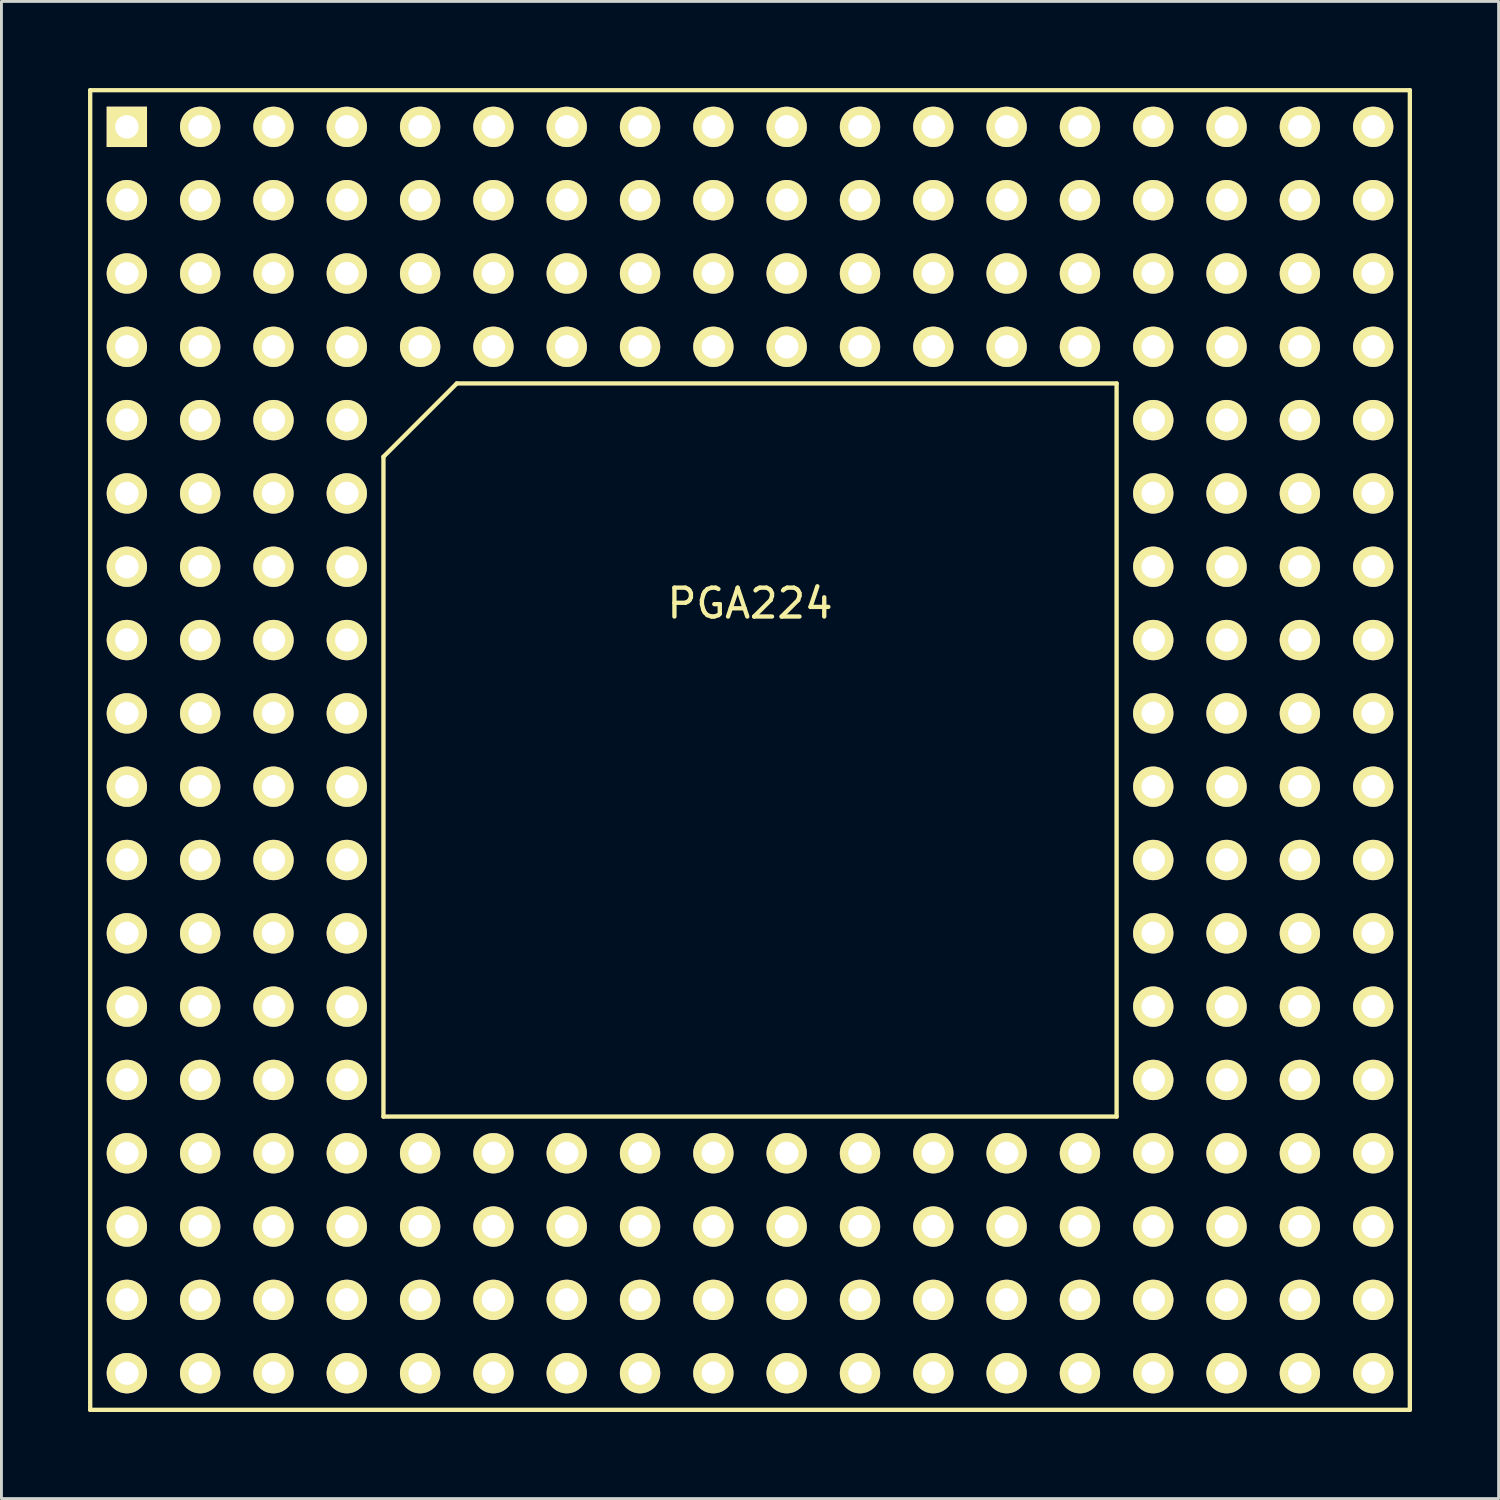
<source format=kicad_pcb>
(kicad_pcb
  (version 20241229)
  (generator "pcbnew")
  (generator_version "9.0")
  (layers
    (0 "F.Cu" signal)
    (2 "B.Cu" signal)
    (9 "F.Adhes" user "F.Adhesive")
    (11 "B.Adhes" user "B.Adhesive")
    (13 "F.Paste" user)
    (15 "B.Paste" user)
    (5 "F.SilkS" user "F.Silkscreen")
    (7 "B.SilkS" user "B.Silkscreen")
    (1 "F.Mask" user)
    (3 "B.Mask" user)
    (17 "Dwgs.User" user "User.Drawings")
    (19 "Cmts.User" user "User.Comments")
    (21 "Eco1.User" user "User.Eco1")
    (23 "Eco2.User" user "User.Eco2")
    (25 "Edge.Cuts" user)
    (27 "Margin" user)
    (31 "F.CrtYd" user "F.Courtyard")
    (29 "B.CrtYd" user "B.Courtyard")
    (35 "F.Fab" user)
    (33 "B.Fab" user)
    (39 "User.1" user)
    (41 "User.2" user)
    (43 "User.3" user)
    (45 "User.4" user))
  (footprint "PGA224"
    (layer "F.Cu")
    (at 22.935 22.935)
    (property "Reference" "PGA224" (at 0 -5.08 0) (layer "F.SilkS") (effects (font (size 1 1) (thickness 0.15))))
    (attr through_hole)
    (fp_line (start -22.86 -22.86) (end 22.86 -22.86) (stroke (width 0.15) (type solid)) (layer "F.SilkS"))
    (fp_line (start -22.86 22.86) (end -22.86 -22.86) (stroke (width 0.15) (type solid)) (layer "F.SilkS"))
    (fp_line (start -12.7 -10.16) (end -10.16 -12.7) (stroke (width 0.15) (type solid)) (layer "F.SilkS"))
    (fp_line (start -12.7 12.7) (end -12.7 -10.16) (stroke (width 0.15) (type solid)) (layer "F.SilkS"))
    (fp_line (start -10.16 -12.7) (end 12.7 -12.7) (stroke (width 0.15) (type solid)) (layer "F.SilkS"))
    (fp_line (start 12.7 -12.7) (end 12.7 12.7) (stroke (width 0.15) (type solid)) (layer "F.SilkS"))
    (fp_line (start 12.7 12.7) (end -12.7 12.7) (stroke (width 0.15) (type solid)) (layer "F.SilkS"))
    (fp_line (start 22.86 -22.86) (end 22.86 22.86) (stroke (width 0.15) (type solid)) (layer "F.SilkS"))
    (fp_line (start 22.86 22.86) (end -22.86 22.86) (stroke (width 0.15) (type solid)) (layer "F.SilkS"))
    (pad "A1" thru_hole rect (at -21.59 -21.59) (size 1.397 1.397) (drill 0.813) (layers "*.Cu" "*.Mask" "F.SilkS"))
    (pad "A2" thru_hole circle (at -19.05 -21.59) (size 1.397 1.397) (drill 0.813) (layers "*.Cu" "*.Mask" "F.SilkS"))
    (pad "A3" thru_hole circle (at -16.51 -21.59) (size 1.397 1.397) (drill 0.813) (layers "*.Cu" "*.Mask" "F.SilkS"))
    (pad "A4" thru_hole circle (at -13.97 -21.59) (size 1.397 1.397) (drill 0.813) (layers "*.Cu" "*.Mask" "F.SilkS"))
    (pad "A5" thru_hole circle (at -11.43 -21.59) (size 1.397 1.397) (drill 0.813) (layers "*.Cu" "*.Mask" "F.SilkS"))
    (pad "A6" thru_hole circle (at -8.89 -21.59) (size 1.397 1.397) (drill 0.813) (layers "*.Cu" "*.Mask" "F.SilkS"))
    (pad "A7" thru_hole circle (at -6.35 -21.59) (size 1.397 1.397) (drill 0.813) (layers "*.Cu" "*.Mask" "F.SilkS"))
    (pad "A8" thru_hole circle (at -3.81 -21.59) (size 1.397 1.397) (drill 0.813) (layers "*.Cu" "*.Mask" "F.SilkS"))
    (pad "A9" thru_hole circle (at -1.27 -21.59) (size 1.397 1.397) (drill 0.813) (layers "*.Cu" "*.Mask" "F.SilkS"))
    (pad "A10" thru_hole circle (at 1.27 -21.59) (size 1.397 1.397) (drill 0.813) (layers "*.Cu" "*.Mask" "F.SilkS"))
    (pad "A11" thru_hole circle (at 3.81 -21.59) (size 1.397 1.397) (drill 0.813) (layers "*.Cu" "*.Mask" "F.SilkS"))
    (pad "A12" thru_hole circle (at 6.35 -21.59) (size 1.397 1.397) (drill 0.813) (layers "*.Cu" "*.Mask" "F.SilkS"))
    (pad "A13" thru_hole circle (at 8.89 -21.59) (size 1.397 1.397) (drill 0.813) (layers "*.Cu" "*.Mask" "F.SilkS"))
    (pad "A14" thru_hole circle (at 11.43 -21.59) (size 1.397 1.397) (drill 0.813) (layers "*.Cu" "*.Mask" "F.SilkS"))
    (pad "A15" thru_hole circle (at 13.97 -21.59) (size 1.397 1.397) (drill 0.813) (layers "*.Cu" "*.Mask" "F.SilkS"))
    (pad "A16" thru_hole circle (at 16.51 -21.59) (size 1.397 1.397) (drill 0.813) (layers "*.Cu" "*.Mask" "F.SilkS"))
    (pad "A17" thru_hole circle (at 19.05 -21.59) (size 1.397 1.397) (drill 0.813) (layers "*.Cu" "*.Mask" "F.SilkS"))
    (pad "A18" thru_hole circle (at 21.59 -21.59) (size 1.397 1.397) (drill 0.813) (layers "*.Cu" "*.Mask" "F.SilkS"))
    (pad "B1" thru_hole circle (at -21.59 -19.05) (size 1.397 1.397) (drill 0.813) (layers "*.Cu" "*.Mask" "F.SilkS"))
    (pad "B2" thru_hole circle (at -19.05 -19.05) (size 1.397 1.397) (drill 0.813) (layers "*.Cu" "*.Mask" "F.SilkS"))
    (pad "B3" thru_hole circle (at -16.51 -19.05) (size 1.397 1.397) (drill 0.813) (layers "*.Cu" "*.Mask" "F.SilkS"))
    (pad "B4" thru_hole circle (at -13.97 -19.05) (size 1.397 1.397) (drill 0.813) (layers "*.Cu" "*.Mask" "F.SilkS"))
    (pad "B5" thru_hole circle (at -11.43 -19.05) (size 1.397 1.397) (drill 0.813) (layers "*.Cu" "*.Mask" "F.SilkS"))
    (pad "B6" thru_hole circle (at -8.89 -19.05) (size 1.397 1.397) (drill 0.813) (layers "*.Cu" "*.Mask" "F.SilkS"))
    (pad "B7" thru_hole circle (at -6.35 -19.05) (size 1.397 1.397) (drill 0.813) (layers "*.Cu" "*.Mask" "F.SilkS"))
    (pad "B8" thru_hole circle (at -3.81 -19.05) (size 1.397 1.397) (drill 0.813) (layers "*.Cu" "*.Mask" "F.SilkS"))
    (pad "B9" thru_hole circle (at -1.27 -19.05) (size 1.397 1.397) (drill 0.813) (layers "*.Cu" "*.Mask" "F.SilkS"))
    (pad "B10" thru_hole circle (at 1.27 -19.05) (size 1.397 1.397) (drill 0.813) (layers "*.Cu" "*.Mask" "F.SilkS"))
    (pad "B11" thru_hole circle (at 3.81 -19.05) (size 1.397 1.397) (drill 0.813) (layers "*.Cu" "*.Mask" "F.SilkS"))
    (pad "B12" thru_hole circle (at 6.35 -19.05) (size 1.397 1.397) (drill 0.813) (layers "*.Cu" "*.Mask" "F.SilkS"))
    (pad "B13" thru_hole circle (at 8.89 -19.05) (size 1.397 1.397) (drill 0.813) (layers "*.Cu" "*.Mask" "F.SilkS"))
    (pad "B14" thru_hole circle (at 11.43 -19.05) (size 1.397 1.397) (drill 0.813) (layers "*.Cu" "*.Mask" "F.SilkS"))
    (pad "B15" thru_hole circle (at 13.97 -19.05) (size 1.397 1.397) (drill 0.813) (layers "*.Cu" "*.Mask" "F.SilkS"))
    (pad "B16" thru_hole circle (at 16.51 -19.05) (size 1.397 1.397) (drill 0.813) (layers "*.Cu" "*.Mask" "F.SilkS"))
    (pad "B17" thru_hole circle (at 19.05 -19.05) (size 1.397 1.397) (drill 0.813) (layers "*.Cu" "*.Mask" "F.SilkS"))
    (pad "B18" thru_hole circle (at 21.59 -19.05) (size 1.397 1.397) (drill 0.813) (layers "*.Cu" "*.Mask" "F.SilkS"))
    (pad "C1" thru_hole circle (at -21.59 -16.51) (size 1.397 1.397) (drill 0.813) (layers "*.Cu" "*.Mask" "F.SilkS"))
    (pad "C2" thru_hole circle (at -19.05 -16.51) (size 1.397 1.397) (drill 0.813) (layers "*.Cu" "*.Mask" "F.SilkS"))
    (pad "C3" thru_hole circle (at -16.51 -16.51) (size 1.397 1.397) (drill 0.813) (layers "*.Cu" "*.Mask" "F.SilkS"))
    (pad "C4" thru_hole circle (at -13.97 -16.51) (size 1.397 1.397) (drill 0.813) (layers "*.Cu" "*.Mask" "F.SilkS"))
    (pad "C5" thru_hole circle (at -11.43 -16.51) (size 1.397 1.397) (drill 0.813) (layers "*.Cu" "*.Mask" "F.SilkS"))
    (pad "C6" thru_hole circle (at -8.89 -16.51) (size 1.397 1.397) (drill 0.813) (layers "*.Cu" "*.Mask" "F.SilkS"))
    (pad "C7" thru_hole circle (at -6.35 -16.51) (size 1.397 1.397) (drill 0.813) (layers "*.Cu" "*.Mask" "F.SilkS"))
    (pad "C8" thru_hole circle (at -3.81 -16.51) (size 1.397 1.397) (drill 0.813) (layers "*.Cu" "*.Mask" "F.SilkS"))
    (pad "C9" thru_hole circle (at -1.27 -16.51) (size 1.397 1.397) (drill 0.813) (layers "*.Cu" "*.Mask" "F.SilkS"))
    (pad "C10" thru_hole circle (at 1.27 -16.51) (size 1.397 1.397) (drill 0.813) (layers "*.Cu" "*.Mask" "F.SilkS"))
    (pad "C11" thru_hole circle (at 3.81 -16.51) (size 1.397 1.397) (drill 0.813) (layers "*.Cu" "*.Mask" "F.SilkS"))
    (pad "C12" thru_hole circle (at 6.35 -16.51) (size 1.397 1.397) (drill 0.813) (layers "*.Cu" "*.Mask" "F.SilkS"))
    (pad "C13" thru_hole circle (at 8.89 -16.51) (size 1.397 1.397) (drill 0.813) (layers "*.Cu" "*.Mask" "F.SilkS"))
    (pad "C14" thru_hole circle (at 11.43 -16.51) (size 1.397 1.397) (drill 0.813) (layers "*.Cu" "*.Mask" "F.SilkS"))
    (pad "C15" thru_hole circle (at 13.97 -16.51) (size 1.397 1.397) (drill 0.813) (layers "*.Cu" "*.Mask" "F.SilkS"))
    (pad "C16" thru_hole circle (at 16.51 -16.51) (size 1.397 1.397) (drill 0.813) (layers "*.Cu" "*.Mask" "F.SilkS"))
    (pad "C17" thru_hole circle (at 19.05 -16.51) (size 1.397 1.397) (drill 0.813) (layers "*.Cu" "*.Mask" "F.SilkS"))
    (pad "C18" thru_hole circle (at 21.59 -16.51) (size 1.397 1.397) (drill 0.813) (layers "*.Cu" "*.Mask" "F.SilkS"))
    (pad "D1" thru_hole circle (at -21.59 -13.97) (size 1.397 1.397) (drill 0.813) (layers "*.Cu" "*.Mask" "F.SilkS"))
    (pad "D2" thru_hole circle (at -19.05 -13.97) (size 1.397 1.397) (drill 0.813) (layers "*.Cu" "*.Mask" "F.SilkS"))
    (pad "D3" thru_hole circle (at -16.51 -13.97) (size 1.397 1.397) (drill 0.813) (layers "*.Cu" "*.Mask" "F.SilkS"))
    (pad "D4" thru_hole circle (at -13.97 -13.97) (size 1.397 1.397) (drill 0.813) (layers "*.Cu" "*.Mask" "F.SilkS"))
    (pad "D5" thru_hole circle (at -11.43 -13.97) (size 1.397 1.397) (drill 0.813) (layers "*.Cu" "*.Mask" "F.SilkS"))
    (pad "D6" thru_hole circle (at -8.89 -13.97) (size 1.397 1.397) (drill 0.813) (layers "*.Cu" "*.Mask" "F.SilkS"))
    (pad "D7" thru_hole circle (at -6.35 -13.97) (size 1.397 1.397) (drill 0.813) (layers "*.Cu" "*.Mask" "F.SilkS"))
    (pad "D8" thru_hole circle (at -3.81 -13.97) (size 1.397 1.397) (drill 0.813) (layers "*.Cu" "*.Mask" "F.SilkS"))
    (pad "D9" thru_hole circle (at -1.27 -13.97) (size 1.397 1.397) (drill 0.813) (layers "*.Cu" "*.Mask" "F.SilkS"))
    (pad "D10" thru_hole circle (at 1.27 -13.97) (size 1.397 1.397) (drill 0.813) (layers "*.Cu" "*.Mask" "F.SilkS"))
    (pad "D11" thru_hole circle (at 3.81 -13.97) (size 1.397 1.397) (drill 0.813) (layers "*.Cu" "*.Mask" "F.SilkS"))
    (pad "D12" thru_hole circle (at 6.35 -13.97) (size 1.397 1.397) (drill 0.813) (layers "*.Cu" "*.Mask" "F.SilkS"))
    (pad "D13" thru_hole circle (at 8.89 -13.97) (size 1.397 1.397) (drill 0.813) (layers "*.Cu" "*.Mask" "F.SilkS"))
    (pad "D14" thru_hole circle (at 11.43 -13.97) (size 1.397 1.397) (drill 0.813) (layers "*.Cu" "*.Mask" "F.SilkS"))
    (pad "D15" thru_hole circle (at 13.97 -13.97) (size 1.397 1.397) (drill 0.813) (layers "*.Cu" "*.Mask" "F.SilkS"))
    (pad "D16" thru_hole circle (at 16.51 -13.97) (size 1.397 1.397) (drill 0.813) (layers "*.Cu" "*.Mask" "F.SilkS"))
    (pad "D17" thru_hole circle (at 19.05 -13.97) (size 1.397 1.397) (drill 0.813) (layers "*.Cu" "*.Mask" "F.SilkS"))
    (pad "D18" thru_hole circle (at 21.59 -13.97) (size 1.397 1.397) (drill 0.813) (layers "*.Cu" "*.Mask" "F.SilkS"))
    (pad "E1" thru_hole circle (at -21.59 -11.43) (size 1.397 1.397) (drill 0.813) (layers "*.Cu" "*.Mask" "F.SilkS"))
    (pad "E2" thru_hole circle (at -19.05 -11.43) (size 1.397 1.397) (drill 0.813) (layers "*.Cu" "*.Mask" "F.SilkS"))
    (pad "E3" thru_hole circle (at -16.51 -11.43) (size 1.397 1.397) (drill 0.813) (layers "*.Cu" "*.Mask" "F.SilkS"))
    (pad "E4" thru_hole circle (at -13.97 -11.43) (size 1.397 1.397) (drill 0.813) (layers "*.Cu" "*.Mask" "F.SilkS"))
    (pad "E15" thru_hole circle (at 13.97 -11.43) (size 1.397 1.397) (drill 0.813) (layers "*.Cu" "*.Mask" "F.SilkS"))
    (pad "E16" thru_hole circle (at 16.51 -11.43) (size 1.397 1.397) (drill 0.813) (layers "*.Cu" "*.Mask" "F.SilkS"))
    (pad "E17" thru_hole circle (at 19.05 -11.43) (size 1.397 1.397) (drill 0.813) (layers "*.Cu" "*.Mask" "F.SilkS"))
    (pad "E18" thru_hole circle (at 21.59 -11.43) (size 1.397 1.397) (drill 0.813) (layers "*.Cu" "*.Mask" "F.SilkS"))
    (pad "F1" thru_hole circle (at -21.59 -8.89) (size 1.397 1.397) (drill 0.813) (layers "*.Cu" "*.Mask" "F.SilkS"))
    (pad "F2" thru_hole circle (at -19.05 -8.89) (size 1.397 1.397) (drill 0.813) (layers "*.Cu" "*.Mask" "F.SilkS"))
    (pad "F3" thru_hole circle (at -16.51 -8.89) (size 1.397 1.397) (drill 0.813) (layers "*.Cu" "*.Mask" "F.SilkS"))
    (pad "F4" thru_hole circle (at -13.97 -8.89) (size 1.397 1.397) (drill 0.813) (layers "*.Cu" "*.Mask" "F.SilkS"))
    (pad "F15" thru_hole circle (at 13.97 -8.89) (size 1.397 1.397) (drill 0.813) (layers "*.Cu" "*.Mask" "F.SilkS"))
    (pad "F16" thru_hole circle (at 16.51 -8.89) (size 1.397 1.397) (drill 0.813) (layers "*.Cu" "*.Mask" "F.SilkS"))
    (pad "F17" thru_hole circle (at 19.05 -8.89) (size 1.397 1.397) (drill 0.813) (layers "*.Cu" "*.Mask" "F.SilkS"))
    (pad "F18" thru_hole circle (at 21.59 -8.89) (size 1.397 1.397) (drill 0.813) (layers "*.Cu" "*.Mask" "F.SilkS"))
    (pad "G1" thru_hole circle (at -21.59 -6.35) (size 1.397 1.397) (drill 0.813) (layers "*.Cu" "*.Mask" "F.SilkS"))
    (pad "G2" thru_hole circle (at -19.05 -6.35) (size 1.397 1.397) (drill 0.813) (layers "*.Cu" "*.Mask" "F.SilkS"))
    (pad "G3" thru_hole circle (at -16.51 -6.35) (size 1.397 1.397) (drill 0.813) (layers "*.Cu" "*.Mask" "F.SilkS"))
    (pad "G4" thru_hole circle (at -13.97 -6.35) (size 1.397 1.397) (drill 0.813) (layers "*.Cu" "*.Mask" "F.SilkS"))
    (pad "G15" thru_hole circle (at 13.97 -6.35) (size 1.397 1.397) (drill 0.813) (layers "*.Cu" "*.Mask" "F.SilkS"))
    (pad "G16" thru_hole circle (at 16.51 -6.35) (size 1.397 1.397) (drill 0.813) (layers "*.Cu" "*.Mask" "F.SilkS"))
    (pad "G17" thru_hole circle (at 19.05 -6.35) (size 1.397 1.397) (drill 0.813) (layers "*.Cu" "*.Mask" "F.SilkS"))
    (pad "G18" thru_hole circle (at 21.59 -6.35) (size 1.397 1.397) (drill 0.813) (layers "*.Cu" "*.Mask" "F.SilkS"))
    (pad "H1" thru_hole circle (at -21.59 -3.81) (size 1.397 1.397) (drill 0.813) (layers "*.Cu" "*.Mask" "F.SilkS"))
    (pad "H2" thru_hole circle (at -19.05 -3.81) (size 1.397 1.397) (drill 0.813) (layers "*.Cu" "*.Mask" "F.SilkS"))
    (pad "H3" thru_hole circle (at -16.51 -3.81) (size 1.397 1.397) (drill 0.813) (layers "*.Cu" "*.Mask" "F.SilkS"))
    (pad "H4" thru_hole circle (at -13.97 -3.81) (size 1.397 1.397) (drill 0.813) (layers "*.Cu" "*.Mask" "F.SilkS"))
    (pad "H15" thru_hole circle (at 13.97 -3.81) (size 1.397 1.397) (drill 0.813) (layers "*.Cu" "*.Mask" "F.SilkS"))
    (pad "H16" thru_hole circle (at 16.51 -3.81) (size 1.397 1.397) (drill 0.813) (layers "*.Cu" "*.Mask" "F.SilkS"))
    (pad "H17" thru_hole circle (at 19.05 -3.81) (size 1.397 1.397) (drill 0.813) (layers "*.Cu" "*.Mask" "F.SilkS"))
    (pad "H18" thru_hole circle (at 21.59 -3.81) (size 1.397 1.397) (drill 0.813) (layers "*.Cu" "*.Mask" "F.SilkS"))
    (pad "J1" thru_hole circle (at -21.59 -1.27) (size 1.397 1.397) (drill 0.813) (layers "*.Cu" "*.Mask" "F.SilkS"))
    (pad "J2" thru_hole circle (at -19.05 -1.27) (size 1.397 1.397) (drill 0.813) (layers "*.Cu" "*.Mask" "F.SilkS"))
    (pad "J3" thru_hole circle (at -16.51 -1.27) (size 1.397 1.397) (drill 0.813) (layers "*.Cu" "*.Mask" "F.SilkS"))
    (pad "J4" thru_hole circle (at -13.97 -1.27) (size 1.397 1.397) (drill 0.813) (layers "*.Cu" "*.Mask" "F.SilkS"))
    (pad "J15" thru_hole circle (at 13.97 -1.27) (size 1.397 1.397) (drill 0.813) (layers "*.Cu" "*.Mask" "F.SilkS"))
    (pad "J16" thru_hole circle (at 16.51 -1.27) (size 1.397 1.397) (drill 0.813) (layers "*.Cu" "*.Mask" "F.SilkS"))
    (pad "J17" thru_hole circle (at 19.05 -1.27) (size 1.397 1.397) (drill 0.813) (layers "*.Cu" "*.Mask" "F.SilkS"))
    (pad "J18" thru_hole circle (at 21.59 -1.27) (size 1.397 1.397) (drill 0.813) (layers "*.Cu" "*.Mask" "F.SilkS"))
    (pad "K1" thru_hole circle (at -21.59 1.27) (size 1.397 1.397) (drill 0.813) (layers "*.Cu" "*.Mask" "F.SilkS"))
    (pad "K2" thru_hole circle (at -19.05 1.27) (size 1.397 1.397) (drill 0.813) (layers "*.Cu" "*.Mask" "F.SilkS"))
    (pad "K3" thru_hole circle (at -16.51 1.27) (size 1.397 1.397) (drill 0.813) (layers "*.Cu" "*.Mask" "F.SilkS"))
    (pad "K4" thru_hole circle (at -13.97 1.27) (size 1.397 1.397) (drill 0.813) (layers "*.Cu" "*.Mask" "F.SilkS"))
    (pad "K15" thru_hole circle (at 13.97 1.27) (size 1.397 1.397) (drill 0.813) (layers "*.Cu" "*.Mask" "F.SilkS"))
    (pad "K16" thru_hole circle (at 16.51 1.27) (size 1.397 1.397) (drill 0.813) (layers "*.Cu" "*.Mask" "F.SilkS"))
    (pad "K17" thru_hole circle (at 19.05 1.27) (size 1.397 1.397) (drill 0.813) (layers "*.Cu" "*.Mask" "F.SilkS"))
    (pad "K18" thru_hole circle (at 21.59 1.27) (size 1.397 1.397) (drill 0.813) (layers "*.Cu" "*.Mask" "F.SilkS"))
    (pad "L1" thru_hole circle (at -21.59 3.81) (size 1.397 1.397) (drill 0.813) (layers "*.Cu" "*.Mask" "F.SilkS"))
    (pad "L2" thru_hole circle (at -19.05 3.81) (size 1.397 1.397) (drill 0.813) (layers "*.Cu" "*.Mask" "F.SilkS"))
    (pad "L3" thru_hole circle (at -16.51 3.81) (size 1.397 1.397) (drill 0.813) (layers "*.Cu" "*.Mask" "F.SilkS"))
    (pad "L4" thru_hole circle (at -13.97 3.81) (size 1.397 1.397) (drill 0.813) (layers "*.Cu" "*.Mask" "F.SilkS"))
    (pad "L15" thru_hole circle (at 13.97 3.81) (size 1.397 1.397) (drill 0.813) (layers "*.Cu" "*.Mask" "F.SilkS"))
    (pad "L16" thru_hole circle (at 16.51 3.81) (size 1.397 1.397) (drill 0.813) (layers "*.Cu" "*.Mask" "F.SilkS"))
    (pad "L17" thru_hole circle (at 19.05 3.81) (size 1.397 1.397) (drill 0.813) (layers "*.Cu" "*.Mask" "F.SilkS"))
    (pad "L18" thru_hole circle (at 21.59 3.81) (size 1.397 1.397) (drill 0.813) (layers "*.Cu" "*.Mask" "F.SilkS"))
    (pad "M1" thru_hole circle (at -21.59 6.35) (size 1.397 1.397) (drill 0.813) (layers "*.Cu" "*.Mask" "F.SilkS"))
    (pad "M2" thru_hole circle (at -19.05 6.35) (size 1.397 1.397) (drill 0.813) (layers "*.Cu" "*.Mask" "F.SilkS"))
    (pad "M3" thru_hole circle (at -16.51 6.35) (size 1.397 1.397) (drill 0.813) (layers "*.Cu" "*.Mask" "F.SilkS"))
    (pad "M4" thru_hole circle (at -13.97 6.35) (size 1.397 1.397) (drill 0.813) (layers "*.Cu" "*.Mask" "F.SilkS"))
    (pad "M15" thru_hole circle (at 13.97 6.35) (size 1.397 1.397) (drill 0.813) (layers "*.Cu" "*.Mask" "F.SilkS"))
    (pad "M16" thru_hole circle (at 16.51 6.35) (size 1.397 1.397) (drill 0.813) (layers "*.Cu" "*.Mask" "F.SilkS"))
    (pad "M17" thru_hole circle (at 19.05 6.35) (size 1.397 1.397) (drill 0.813) (layers "*.Cu" "*.Mask" "F.SilkS"))
    (pad "M18" thru_hole circle (at 21.59 6.35) (size 1.397 1.397) (drill 0.813) (layers "*.Cu" "*.Mask" "F.SilkS"))
    (pad "N1" thru_hole circle (at -21.59 8.89) (size 1.397 1.397) (drill 0.813) (layers "*.Cu" "*.Mask" "F.SilkS"))
    (pad "N2" thru_hole circle (at -19.05 8.89) (size 1.397 1.397) (drill 0.813) (layers "*.Cu" "*.Mask" "F.SilkS"))
    (pad "N3" thru_hole circle (at -16.51 8.89) (size 1.397 1.397) (drill 0.813) (layers "*.Cu" "*.Mask" "F.SilkS"))
    (pad "N4" thru_hole circle (at -13.97 8.89) (size 1.397 1.397) (drill 0.813) (layers "*.Cu" "*.Mask" "F.SilkS"))
    (pad "N15" thru_hole circle (at 13.97 8.89) (size 1.397 1.397) (drill 0.813) (layers "*.Cu" "*.Mask" "F.SilkS"))
    (pad "N16" thru_hole circle (at 16.51 8.89) (size 1.397 1.397) (drill 0.813) (layers "*.Cu" "*.Mask" "F.SilkS"))
    (pad "N17" thru_hole circle (at 19.05 8.89) (size 1.397 1.397) (drill 0.813) (layers "*.Cu" "*.Mask" "F.SilkS"))
    (pad "N18" thru_hole circle (at 21.59 8.89) (size 1.397 1.397) (drill 0.813) (layers "*.Cu" "*.Mask" "F.SilkS"))
    (pad "P1" thru_hole circle (at -21.59 11.43) (size 1.397 1.397) (drill 0.813) (layers "*.Cu" "*.Mask" "F.SilkS"))
    (pad "P2" thru_hole circle (at -19.05 11.43) (size 1.397 1.397) (drill 0.813) (layers "*.Cu" "*.Mask" "F.SilkS"))
    (pad "P3" thru_hole circle (at -16.51 11.43) (size 1.397 1.397) (drill 0.813) (layers "*.Cu" "*.Mask" "F.SilkS"))
    (pad "P4" thru_hole circle (at -13.97 11.43) (size 1.397 1.397) (drill 0.813) (layers "*.Cu" "*.Mask" "F.SilkS"))
    (pad "P15" thru_hole circle (at 13.97 11.43) (size 1.397 1.397) (drill 0.813) (layers "*.Cu" "*.Mask" "F.SilkS"))
    (pad "P16" thru_hole circle (at 16.51 11.43) (size 1.397 1.397) (drill 0.813) (layers "*.Cu" "*.Mask" "F.SilkS"))
    (pad "P17" thru_hole circle (at 19.05 11.43) (size 1.397 1.397) (drill 0.813) (layers "*.Cu" "*.Mask" "F.SilkS"))
    (pad "P18" thru_hole circle (at 21.59 11.43) (size 1.397 1.397) (drill 0.813) (layers "*.Cu" "*.Mask" "F.SilkS"))
    (pad "R1" thru_hole circle (at -21.59 13.97) (size 1.397 1.397) (drill 0.813) (layers "*.Cu" "*.Mask" "F.SilkS"))
    (pad "R2" thru_hole circle (at -19.05 13.97) (size 1.397 1.397) (drill 0.813) (layers "*.Cu" "*.Mask" "F.SilkS"))
    (pad "R3" thru_hole circle (at -16.51 13.97) (size 1.397 1.397) (drill 0.813) (layers "*.Cu" "*.Mask" "F.SilkS"))
    (pad "R4" thru_hole circle (at -13.97 13.97) (size 1.397 1.397) (drill 0.813) (layers "*.Cu" "*.Mask" "F.SilkS"))
    (pad "R5" thru_hole circle (at -11.43 13.97) (size 1.397 1.397) (drill 0.813) (layers "*.Cu" "*.Mask" "F.SilkS"))
    (pad "R6" thru_hole circle (at -8.89 13.97) (size 1.397 1.397) (drill 0.813) (layers "*.Cu" "*.Mask" "F.SilkS"))
    (pad "R7" thru_hole circle (at -6.35 13.97) (size 1.397 1.397) (drill 0.813) (layers "*.Cu" "*.Mask" "F.SilkS"))
    (pad "R8" thru_hole circle (at -3.81 13.97) (size 1.397 1.397) (drill 0.813) (layers "*.Cu" "*.Mask" "F.SilkS"))
    (pad "R9" thru_hole circle (at -1.27 13.97) (size 1.397 1.397) (drill 0.813) (layers "*.Cu" "*.Mask" "F.SilkS"))
    (pad "R10" thru_hole circle (at 1.27 13.97) (size 1.397 1.397) (drill 0.813) (layers "*.Cu" "*.Mask" "F.SilkS"))
    (pad "R11" thru_hole circle (at 3.81 13.97) (size 1.397 1.397) (drill 0.813) (layers "*.Cu" "*.Mask" "F.SilkS"))
    (pad "R12" thru_hole circle (at 6.35 13.97) (size 1.397 1.397) (drill 0.813) (layers "*.Cu" "*.Mask" "F.SilkS"))
    (pad "R13" thru_hole circle (at 8.89 13.97) (size 1.397 1.397) (drill 0.813) (layers "*.Cu" "*.Mask" "F.SilkS"))
    (pad "R14" thru_hole circle (at 11.43 13.97) (size 1.397 1.397) (drill 0.813) (layers "*.Cu" "*.Mask" "F.SilkS"))
    (pad "R15" thru_hole circle (at 13.97 13.97) (size 1.397 1.397) (drill 0.813) (layers "*.Cu" "*.Mask" "F.SilkS"))
    (pad "R16" thru_hole circle (at 16.51 13.97) (size 1.397 1.397) (drill 0.813) (layers "*.Cu" "*.Mask" "F.SilkS"))
    (pad "R17" thru_hole circle (at 19.05 13.97) (size 1.397 1.397) (drill 0.813) (layers "*.Cu" "*.Mask" "F.SilkS"))
    (pad "R18" thru_hole circle (at 21.59 13.97) (size 1.397 1.397) (drill 0.813) (layers "*.Cu" "*.Mask" "F.SilkS"))
    (pad "T1" thru_hole circle (at -21.59 16.51) (size 1.397 1.397) (drill 0.813) (layers "*.Cu" "*.Mask" "F.SilkS"))
    (pad "T2" thru_hole circle (at -19.05 16.51) (size 1.397 1.397) (drill 0.813) (layers "*.Cu" "*.Mask" "F.SilkS"))
    (pad "T3" thru_hole circle (at -16.51 16.51) (size 1.397 1.397) (drill 0.813) (layers "*.Cu" "*.Mask" "F.SilkS"))
    (pad "T4" thru_hole circle (at -13.97 16.51) (size 1.397 1.397) (drill 0.813) (layers "*.Cu" "*.Mask" "F.SilkS"))
    (pad "T5" thru_hole circle (at -11.43 16.51) (size 1.397 1.397) (drill 0.813) (layers "*.Cu" "*.Mask" "F.SilkS"))
    (pad "T6" thru_hole circle (at -8.89 16.51) (size 1.397 1.397) (drill 0.813) (layers "*.Cu" "*.Mask" "F.SilkS"))
    (pad "T7" thru_hole circle (at -6.35 16.51) (size 1.397 1.397) (drill 0.813) (layers "*.Cu" "*.Mask" "F.SilkS"))
    (pad "T8" thru_hole circle (at -3.81 16.51) (size 1.397 1.397) (drill 0.813) (layers "*.Cu" "*.Mask" "F.SilkS"))
    (pad "T9" thru_hole circle (at -1.27 16.51) (size 1.397 1.397) (drill 0.813) (layers "*.Cu" "*.Mask" "F.SilkS"))
    (pad "T10" thru_hole circle (at 1.27 16.51) (size 1.397 1.397) (drill 0.813) (layers "*.Cu" "*.Mask" "F.SilkS"))
    (pad "T11" thru_hole circle (at 3.81 16.51) (size 1.397 1.397) (drill 0.813) (layers "*.Cu" "*.Mask" "F.SilkS"))
    (pad "T12" thru_hole circle (at 6.35 16.51) (size 1.397 1.397) (drill 0.813) (layers "*.Cu" "*.Mask" "F.SilkS"))
    (pad "T13" thru_hole circle (at 8.89 16.51) (size 1.397 1.397) (drill 0.813) (layers "*.Cu" "*.Mask" "F.SilkS"))
    (pad "T14" thru_hole circle (at 11.43 16.51) (size 1.397 1.397) (drill 0.813) (layers "*.Cu" "*.Mask" "F.SilkS"))
    (pad "T15" thru_hole circle (at 13.97 16.51) (size 1.397 1.397) (drill 0.813) (layers "*.Cu" "*.Mask" "F.SilkS"))
    (pad "T16" thru_hole circle (at 16.51 16.51) (size 1.397 1.397) (drill 0.813) (layers "*.Cu" "*.Mask" "F.SilkS"))
    (pad "T17" thru_hole circle (at 19.05 16.51) (size 1.397 1.397) (drill 0.813) (layers "*.Cu" "*.Mask" "F.SilkS"))
    (pad "T18" thru_hole circle (at 21.59 16.51) (size 1.397 1.397) (drill 0.813) (layers "*.Cu" "*.Mask" "F.SilkS"))
    (pad "U1" thru_hole circle (at -21.59 19.05) (size 1.397 1.397) (drill 0.813) (layers "*.Cu" "*.Mask" "F.SilkS"))
    (pad "U2" thru_hole circle (at -19.05 19.05) (size 1.397 1.397) (drill 0.813) (layers "*.Cu" "*.Mask" "F.SilkS"))
    (pad "U3" thru_hole circle (at -16.51 19.05) (size 1.397 1.397) (drill 0.813) (layers "*.Cu" "*.Mask" "F.SilkS"))
    (pad "U4" thru_hole circle (at -13.97 19.05) (size 1.397 1.397) (drill 0.813) (layers "*.Cu" "*.Mask" "F.SilkS"))
    (pad "U5" thru_hole circle (at -11.43 19.05) (size 1.397 1.397) (drill 0.813) (layers "*.Cu" "*.Mask" "F.SilkS"))
    (pad "U6" thru_hole circle (at -8.89 19.05) (size 1.397 1.397) (drill 0.813) (layers "*.Cu" "*.Mask" "F.SilkS"))
    (pad "U7" thru_hole circle (at -6.35 19.05) (size 1.397 1.397) (drill 0.813) (layers "*.Cu" "*.Mask" "F.SilkS"))
    (pad "U8" thru_hole circle (at -3.81 19.05) (size 1.397 1.397) (drill 0.813) (layers "*.Cu" "*.Mask" "F.SilkS"))
    (pad "U9" thru_hole circle (at -1.27 19.05) (size 1.397 1.397) (drill 0.813) (layers "*.Cu" "*.Mask" "F.SilkS"))
    (pad "U10" thru_hole circle (at 1.27 19.05) (size 1.397 1.397) (drill 0.813) (layers "*.Cu" "*.Mask" "F.SilkS"))
    (pad "U11" thru_hole circle (at 3.81 19.05) (size 1.397 1.397) (drill 0.813) (layers "*.Cu" "*.Mask" "F.SilkS"))
    (pad "U12" thru_hole circle (at 6.35 19.05) (size 1.397 1.397) (drill 0.813) (layers "*.Cu" "*.Mask" "F.SilkS"))
    (pad "U13" thru_hole circle (at 8.89 19.05) (size 1.397 1.397) (drill 0.813) (layers "*.Cu" "*.Mask" "F.SilkS"))
    (pad "U14" thru_hole circle (at 11.43 19.05) (size 1.397 1.397) (drill 0.813) (layers "*.Cu" "*.Mask" "F.SilkS"))
    (pad "U15" thru_hole circle (at 13.97 19.05) (size 1.397 1.397) (drill 0.813) (layers "*.Cu" "*.Mask" "F.SilkS"))
    (pad "U16" thru_hole circle (at 16.51 19.05) (size 1.397 1.397) (drill 0.813) (layers "*.Cu" "*.Mask" "F.SilkS"))
    (pad "U17" thru_hole circle (at 19.05 19.05) (size 1.397 1.397) (drill 0.813) (layers "*.Cu" "*.Mask" "F.SilkS"))
    (pad "U18" thru_hole circle (at 21.59 19.05) (size 1.397 1.397) (drill 0.813) (layers "*.Cu" "*.Mask" "F.SilkS"))
    (pad "V1" thru_hole circle (at -21.59 21.59) (size 1.397 1.397) (drill 0.813) (layers "*.Cu" "*.Mask" "F.SilkS"))
    (pad "V2" thru_hole circle (at -19.05 21.59) (size 1.397 1.397) (drill 0.813) (layers "*.Cu" "*.Mask" "F.SilkS"))
    (pad "V3" thru_hole circle (at -16.51 21.59) (size 1.397 1.397) (drill 0.813) (layers "*.Cu" "*.Mask" "F.SilkS"))
    (pad "V4" thru_hole circle (at -13.97 21.59) (size 1.397 1.397) (drill 0.813) (layers "*.Cu" "*.Mask" "F.SilkS"))
    (pad "V5" thru_hole circle (at -11.43 21.59) (size 1.397 1.397) (drill 0.813) (layers "*.Cu" "*.Mask" "F.SilkS"))
    (pad "V6" thru_hole circle (at -8.89 21.59) (size 1.397 1.397) (drill 0.813) (layers "*.Cu" "*.Mask" "F.SilkS"))
    (pad "V7" thru_hole circle (at -6.35 21.59) (size 1.397 1.397) (drill 0.813) (layers "*.Cu" "*.Mask" "F.SilkS"))
    (pad "V8" thru_hole circle (at -3.81 21.59) (size 1.397 1.397) (drill 0.813) (layers "*.Cu" "*.Mask" "F.SilkS"))
    (pad "V9" thru_hole circle (at -1.27 21.59) (size 1.397 1.397) (drill 0.813) (layers "*.Cu" "*.Mask" "F.SilkS"))
    (pad "V10" thru_hole circle (at 1.27 21.59) (size 1.397 1.397) (drill 0.813) (layers "*.Cu" "*.Mask" "F.SilkS"))
    (pad "V11" thru_hole circle (at 3.81 21.59) (size 1.397 1.397) (drill 0.813) (layers "*.Cu" "*.Mask" "F.SilkS"))
    (pad "V12" thru_hole circle (at 6.35 21.59) (size 1.397 1.397) (drill 0.813) (layers "*.Cu" "*.Mask" "F.SilkS"))
    (pad "V13" thru_hole circle (at 8.89 21.59) (size 1.397 1.397) (drill 0.813) (layers "*.Cu" "*.Mask" "F.SilkS"))
    (pad "V14" thru_hole circle (at 11.43 21.59) (size 1.397 1.397) (drill 0.813) (layers "*.Cu" "*.Mask" "F.SilkS"))
    (pad "V15" thru_hole circle (at 13.97 21.59) (size 1.397 1.397) (drill 0.813) (layers "*.Cu" "*.Mask" "F.SilkS"))
    (pad "V16" thru_hole circle (at 16.51 21.59) (size 1.397 1.397) (drill 0.813) (layers "*.Cu" "*.Mask" "F.SilkS"))
    (pad "V17" thru_hole circle (at 19.05 21.59) (size 1.397 1.397) (drill 0.813) (layers "*.Cu" "*.Mask" "F.SilkS"))
    (pad "V18" thru_hole circle (at 21.59 21.59) (size 1.397 1.397) (drill 0.813) (layers "*.Cu" "*.Mask" "F.SilkS")))
  (gr_rect
    (start -3 -3)
    (end 48.87 48.87)
    (stroke (width 0.1) (type default))
    (fill no)
    (layer "Edge.Cuts")))
</source>
